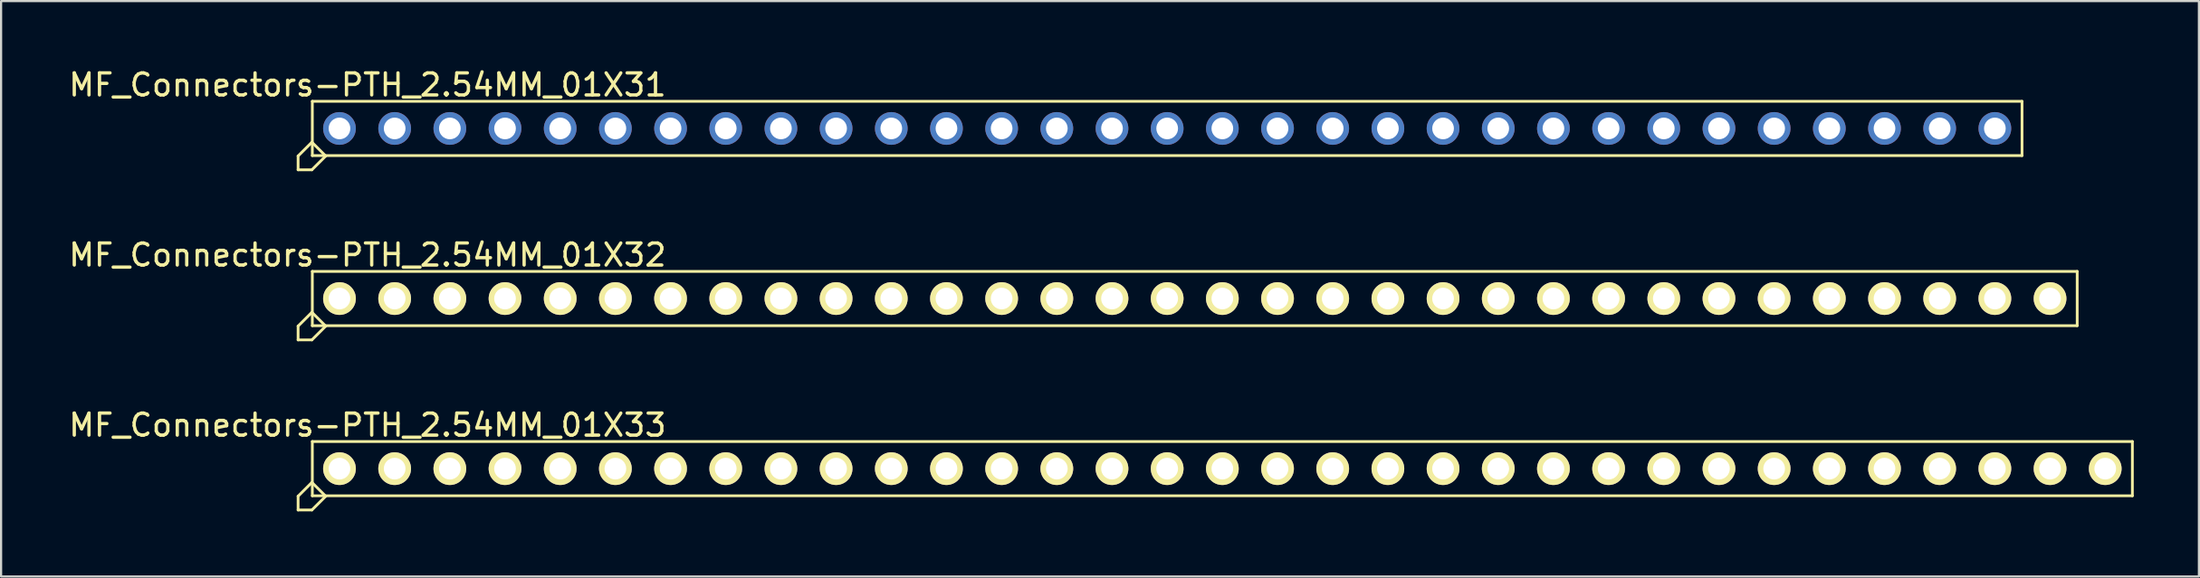
<source format=kicad_pcb>
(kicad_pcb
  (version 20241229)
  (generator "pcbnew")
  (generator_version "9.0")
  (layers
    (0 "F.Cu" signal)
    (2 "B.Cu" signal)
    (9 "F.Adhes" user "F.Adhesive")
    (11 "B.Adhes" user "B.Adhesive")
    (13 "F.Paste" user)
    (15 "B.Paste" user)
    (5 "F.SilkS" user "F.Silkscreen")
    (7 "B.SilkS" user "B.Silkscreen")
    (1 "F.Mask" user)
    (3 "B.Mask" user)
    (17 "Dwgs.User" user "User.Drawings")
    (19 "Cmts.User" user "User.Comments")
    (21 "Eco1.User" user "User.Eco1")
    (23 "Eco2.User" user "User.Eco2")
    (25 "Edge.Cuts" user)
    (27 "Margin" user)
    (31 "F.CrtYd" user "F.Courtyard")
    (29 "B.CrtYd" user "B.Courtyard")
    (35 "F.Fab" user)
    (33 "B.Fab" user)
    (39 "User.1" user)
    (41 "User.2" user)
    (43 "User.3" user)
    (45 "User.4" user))
  (footprint "MF_Connectors-PTH_2.54MM_01X31"
    (layer "F.Cu")
    (at 50.677 2.868)
    (property "Reference" "MF_Connectors-PTH_2.54MM_01X31" (at -36.81 -2.007 0) (layer "F.SilkS") (effects (font (size 1.016 1.016) (thickness 0.152))))
    (attr exclude_from_pos_files exclude_from_bom)
    (fp_line (start -40.005 1.27) (end -40.005 1.905) (stroke (width 0.127) (type solid)) (layer "F.SilkS"))
    (fp_line (start -40.005 1.905) (end -39.37 1.905) (stroke (width 0.127) (type solid)) (layer "F.SilkS"))
    (fp_line (start -39.37 0.635) (end -40.005 1.27) (stroke (width 0.127) (type solid)) (layer "F.SilkS"))
    (fp_line (start -39.37 1.905) (end -38.735 1.27) (stroke (width 0.127) (type solid)) (layer "F.SilkS"))
    (fp_line (start -39.35 -1.25) (end 39.35 -1.25) (stroke (width 0.127) (type solid)) (layer "F.SilkS"))
    (fp_line (start -39.35 1.25) (end -39.35 -1.25) (stroke (width 0.127) (type solid)) (layer "F.SilkS"))
    (fp_line (start -38.735 1.27) (end -39.37 0.635) (stroke (width 0.127) (type solid)) (layer "F.SilkS"))
    (fp_line (start 39.35 -1.25) (end 39.35 1.25) (stroke (width 0.127) (type solid)) (layer "F.SilkS"))
    (fp_line (start 39.35 1.25) (end -39.35 1.25) (stroke (width 0.127) (type solid)) (layer "F.SilkS"))
    (pad "1" thru_hole circle (at -38.1 0) (size 1.506 1.506) (drill 0.998) (layers "*.Cu" "*.Mask"))
    (pad "2" thru_hole circle (at -35.56 0) (size 1.506 1.506) (drill 0.998) (layers "*.Cu" "*.Mask"))
    (pad "3" thru_hole circle (at -33.02 0) (size 1.506 1.506) (drill 0.998) (layers "*.Cu" "*.Mask"))
    (pad "4" thru_hole circle (at -30.48 0) (size 1.506 1.506) (drill 0.998) (layers "*.Cu" "*.Mask"))
    (pad "5" thru_hole circle (at -27.94 0) (size 1.506 1.506) (drill 0.998) (layers "*.Cu" "*.Mask"))
    (pad "6" thru_hole circle (at -25.4 0) (size 1.506 1.506) (drill 0.998) (layers "*.Cu" "*.Mask"))
    (pad "7" thru_hole circle (at -22.86 0) (size 1.506 1.506) (drill 0.998) (layers "*.Cu" "*.Mask"))
    (pad "8" thru_hole circle (at -20.32 0) (size 1.506 1.506) (drill 0.998) (layers "*.Cu" "*.Mask"))
    (pad "9" thru_hole circle (at -17.78 0) (size 1.506 1.506) (drill 0.998) (layers "*.Cu" "*.Mask"))
    (pad "10" thru_hole circle (at -15.24 0) (size 1.506 1.506) (drill 0.998) (layers "*.Cu" "*.Mask"))
    (pad "11" thru_hole circle (at -12.7 0) (size 1.506 1.506) (drill 0.998) (layers "*.Cu" "*.Mask"))
    (pad "12" thru_hole circle (at -10.16 0) (size 1.506 1.506) (drill 0.998) (layers "*.Cu" "*.Mask"))
    (pad "13" thru_hole circle (at -7.62 0) (size 1.506 1.506) (drill 0.998) (layers "*.Cu" "*.Mask"))
    (pad "14" thru_hole circle (at -5.08 0) (size 1.506 1.506) (drill 0.998) (layers "*.Cu" "*.Mask"))
    (pad "15" thru_hole circle (at -2.54 0) (size 1.506 1.506) (drill 0.998) (layers "*.Cu" "*.Mask"))
    (pad "16" thru_hole circle (at 0 0) (size 1.506 1.506) (drill 0.998) (layers "*.Cu" "*.Mask"))
    (pad "17" thru_hole circle (at 2.54 0) (size 1.506 1.506) (drill 0.998) (layers "*.Cu" "*.Mask"))
    (pad "18" thru_hole circle (at 5.08 0) (size 1.506 1.506) (drill 0.998) (layers "*.Cu" "*.Mask"))
    (pad "19" thru_hole circle (at 7.62 0) (size 1.506 1.506) (drill 0.998) (layers "*.Cu" "*.Mask"))
    (pad "20" thru_hole circle (at 10.16 0) (size 1.506 1.506) (drill 0.998) (layers "*.Cu" "*.Mask"))
    (pad "21" thru_hole circle (at 12.7 0) (size 1.506 1.506) (drill 0.998) (layers "*.Cu" "*.Mask"))
    (pad "22" thru_hole circle (at 15.24 0) (size 1.506 1.506) (drill 0.998) (layers "*.Cu" "*.Mask"))
    (pad "23" thru_hole circle (at 17.78 0) (size 1.506 1.506) (drill 0.998) (layers "*.Cu" "*.Mask"))
    (pad "24" thru_hole circle (at 20.32 0) (size 1.506 1.506) (drill 0.998) (layers "*.Cu" "*.Mask"))
    (pad "25" thru_hole circle (at 22.86 0) (size 1.506 1.506) (drill 0.998) (layers "*.Cu" "*.Mask"))
    (pad "26" thru_hole circle (at 25.4 0) (size 1.506 1.506) (drill 0.998) (layers "*.Cu" "*.Mask"))
    (pad "27" thru_hole circle (at 27.94 0) (size 1.506 1.506) (drill 0.998) (layers "*.Cu" "*.Mask"))
    (pad "28" thru_hole circle (at 30.48 0) (size 1.506 1.506) (drill 0.998) (layers "*.Cu" "*.Mask"))
    (pad "29" thru_hole circle (at 33.02 0) (size 1.506 1.506) (drill 0.998) (layers "*.Cu" "*.Mask"))
    (pad "30" thru_hole circle (at 35.56 0) (size 1.506 1.506) (drill 0.998) (layers "*.Cu" "*.Mask"))
    (pad "31" thru_hole circle (at 38.1 0) (size 1.506 1.506) (drill 0.998) (layers "*.Cu" "*.Mask")))
  (footprint "MF_Connectors-PTH_2.54MM_01X32"
    (layer "F.Cu")
    (at 51.947 10.705)
    (property "Reference" "MF_Connectors-PTH_2.54MM_01X32" (at -38.08 -2.007 0) (layer "F.SilkS") (effects (font (size 1.016 1.016) (thickness 0.152))))
    (attr exclude_from_pos_files exclude_from_bom)
    (fp_line (start -41.275 1.27) (end -41.275 1.905) (stroke (width 0.127) (type solid)) (layer "F.SilkS"))
    (fp_line (start -41.275 1.905) (end -40.64 1.905) (stroke (width 0.127) (type solid)) (layer "F.SilkS"))
    (fp_line (start -40.64 0.635) (end -41.275 1.27) (stroke (width 0.127) (type solid)) (layer "F.SilkS"))
    (fp_line (start -40.64 1.905) (end -40.005 1.27) (stroke (width 0.127) (type solid)) (layer "F.SilkS"))
    (fp_line (start -40.62 -1.25) (end 40.62 -1.25) (stroke (width 0.127) (type solid)) (layer "F.SilkS"))
    (fp_line (start -40.62 1.25) (end -40.62 -1.25) (stroke (width 0.127) (type solid)) (layer "F.SilkS"))
    (fp_line (start -40.005 1.27) (end -40.64 0.635) (stroke (width 0.127) (type solid)) (layer "F.SilkS"))
    (fp_line (start 40.62 -1.25) (end 40.62 1.25) (stroke (width 0.127) (type solid)) (layer "F.SilkS"))
    (fp_line (start 40.62 1.25) (end -40.62 1.25) (stroke (width 0.127) (type solid)) (layer "F.SilkS"))
    (pad "P$1" thru_hole circle (at -39.37 0) (size 1.506 1.506) (drill 0.998) (layers "*.Cu" "F.Mask" "F.SilkS" "F.Paste"))
    (pad "P$2" thru_hole circle (at -36.83 0) (size 1.506 1.506) (drill 0.998) (layers "*.Cu" "F.Mask" "F.SilkS" "F.Paste"))
    (pad "P$3" thru_hole circle (at -34.29 0) (size 1.506 1.506) (drill 0.998) (layers "*.Cu" "F.Mask" "F.SilkS" "F.Paste"))
    (pad "P$4" thru_hole circle (at -31.75 0) (size 1.506 1.506) (drill 0.998) (layers "*.Cu" "F.Mask" "F.SilkS" "F.Paste"))
    (pad "P$5" thru_hole circle (at -29.21 0) (size 1.506 1.506) (drill 0.998) (layers "*.Cu" "F.Mask" "F.SilkS" "F.Paste"))
    (pad "P$6" thru_hole circle (at -26.67 0) (size 1.506 1.506) (drill 0.998) (layers "*.Cu" "F.Mask" "F.SilkS" "F.Paste"))
    (pad "P$7" thru_hole circle (at -24.13 0) (size 1.506 1.506) (drill 0.998) (layers "*.Cu" "F.Mask" "F.SilkS" "F.Paste"))
    (pad "P$8" thru_hole circle (at -21.59 0) (size 1.506 1.506) (drill 0.998) (layers "*.Cu" "F.Mask" "F.SilkS" "F.Paste"))
    (pad "P$9" thru_hole circle (at -19.05 0) (size 1.506 1.506) (drill 0.998) (layers "*.Cu" "F.Mask" "F.SilkS" "F.Paste"))
    (pad "P$10" thru_hole circle (at -16.51 0) (size 1.506 1.506) (drill 0.998) (layers "*.Cu" "F.Mask" "F.SilkS" "F.Paste"))
    (pad "P$11" thru_hole circle (at -13.97 0) (size 1.506 1.506) (drill 0.998) (layers "*.Cu" "F.Mask" "F.SilkS" "F.Paste"))
    (pad "P$12" thru_hole circle (at -11.43 0) (size 1.506 1.506) (drill 0.998) (layers "*.Cu" "F.Mask" "F.SilkS" "F.Paste"))
    (pad "P$13" thru_hole circle (at -8.89 0) (size 1.506 1.506) (drill 0.998) (layers "*.Cu" "F.Mask" "F.SilkS" "F.Paste"))
    (pad "P$14" thru_hole circle (at -6.35 0) (size 1.506 1.506) (drill 0.998) (layers "*.Cu" "F.Mask" "F.SilkS" "F.Paste"))
    (pad "P$15" thru_hole circle (at -3.81 0) (size 1.506 1.506) (drill 0.998) (layers "*.Cu" "F.Mask" "F.SilkS" "F.Paste"))
    (pad "P$16" thru_hole circle (at -1.27 0) (size 1.506 1.506) (drill 0.998) (layers "*.Cu" "F.Mask" "F.SilkS" "F.Paste"))
    (pad "P$17" thru_hole circle (at 1.27 0) (size 1.506 1.506) (drill 0.998) (layers "*.Cu" "F.Mask" "F.SilkS" "F.Paste"))
    (pad "P$18" thru_hole circle (at 3.81 0) (size 1.506 1.506) (drill 0.998) (layers "*.Cu" "F.Mask" "F.SilkS" "F.Paste"))
    (pad "P$19" thru_hole circle (at 6.35 0) (size 1.506 1.506) (drill 0.998) (layers "*.Cu" "F.Mask" "F.SilkS" "F.Paste"))
    (pad "P$20" thru_hole circle (at 8.89 0) (size 1.506 1.506) (drill 0.998) (layers "*.Cu" "F.Mask" "F.SilkS" "F.Paste"))
    (pad "P$21" thru_hole circle (at 11.43 0) (size 1.506 1.506) (drill 0.998) (layers "*.Cu" "F.Mask" "F.SilkS" "F.Paste"))
    (pad "P$22" thru_hole circle (at 13.97 0) (size 1.506 1.506) (drill 0.998) (layers "*.Cu" "F.Mask" "F.SilkS" "F.Paste"))
    (pad "P$23" thru_hole circle (at 16.51 0) (size 1.506 1.506) (drill 0.998) (layers "*.Cu" "F.Mask" "F.SilkS" "F.Paste"))
    (pad "P$24" thru_hole circle (at 19.05 0) (size 1.506 1.506) (drill 0.998) (layers "*.Cu" "F.Mask" "F.SilkS" "F.Paste"))
    (pad "P$25" thru_hole circle (at 21.59 0) (size 1.506 1.506) (drill 0.998) (layers "*.Cu" "F.Mask" "F.SilkS" "F.Paste"))
    (pad "P$26" thru_hole circle (at 24.13 0) (size 1.506 1.506) (drill 0.998) (layers "*.Cu" "F.Mask" "F.SilkS" "F.Paste"))
    (pad "P$27" thru_hole circle (at 26.67 0) (size 1.506 1.506) (drill 0.998) (layers "*.Cu" "F.Mask" "F.SilkS" "F.Paste"))
    (pad "P$28" thru_hole circle (at 29.21 0) (size 1.506 1.506) (drill 0.998) (layers "*.Cu" "F.Mask" "F.SilkS" "F.Paste"))
    (pad "P$29" thru_hole circle (at 31.75 0) (size 1.506 1.506) (drill 0.998) (layers "*.Cu" "F.Mask" "F.SilkS" "F.Paste"))
    (pad "P$30" thru_hole circle (at 34.29 0) (size 1.506 1.506) (drill 0.998) (layers "*.Cu" "F.Mask" "F.SilkS" "F.Paste"))
    (pad "P$31" thru_hole circle (at 36.83 0) (size 1.506 1.506) (drill 0.998) (layers "*.Cu" "F.Mask" "F.SilkS" "F.Paste"))
    (pad "P$32" thru_hole circle (at 39.37 0) (size 1.506 1.506) (drill 0.998) (layers "*.Cu" "F.Mask" "F.SilkS" "F.Paste")))
  (footprint "MF_Connectors-PTH_2.54MM_01X33"
    (layer "F.Cu")
    (at 53.217 18.542)
    (property "Reference" "MF_Connectors-PTH_2.54MM_01X33" (at -39.35 -2.007 0) (layer "F.SilkS") (effects (font (size 1.016 1.016) (thickness 0.152))))
    (attr exclude_from_pos_files exclude_from_bom)
    (fp_line (start -42.545 1.27) (end -42.545 1.905) (stroke (width 0.127) (type solid)) (layer "F.SilkS"))
    (fp_line (start -42.545 1.905) (end -41.91 1.905) (stroke (width 0.127) (type solid)) (layer "F.SilkS"))
    (fp_line (start -41.91 0.635) (end -42.545 1.27) (stroke (width 0.127) (type solid)) (layer "F.SilkS"))
    (fp_line (start -41.91 1.905) (end -41.275 1.27) (stroke (width 0.127) (type solid)) (layer "F.SilkS"))
    (fp_line (start -41.89 -1.25) (end 41.89 -1.25) (stroke (width 0.127) (type solid)) (layer "F.SilkS"))
    (fp_line (start -41.89 1.25) (end -41.89 -1.25) (stroke (width 0.127) (type solid)) (layer "F.SilkS"))
    (fp_line (start -41.275 1.27) (end -41.91 0.635) (stroke (width 0.127) (type solid)) (layer "F.SilkS"))
    (fp_line (start 41.89 -1.25) (end 41.89 1.25) (stroke (width 0.127) (type solid)) (layer "F.SilkS"))
    (fp_line (start 41.89 1.25) (end -41.89 1.25) (stroke (width 0.127) (type solid)) (layer "F.SilkS"))
    (pad "P$1" thru_hole circle (at -40.64 0) (size 1.506 1.506) (drill 0.998) (layers "*.Cu" "F.Mask" "F.SilkS" "F.Paste"))
    (pad "P$2" thru_hole circle (at -38.1 0) (size 1.506 1.506) (drill 0.998) (layers "*.Cu" "F.Mask" "F.SilkS" "F.Paste"))
    (pad "P$3" thru_hole circle (at -35.56 0) (size 1.506 1.506) (drill 0.998) (layers "*.Cu" "F.Mask" "F.SilkS" "F.Paste"))
    (pad "P$4" thru_hole circle (at -33.02 0) (size 1.506 1.506) (drill 0.998) (layers "*.Cu" "F.Mask" "F.SilkS" "F.Paste"))
    (pad "P$5" thru_hole circle (at -30.48 0) (size 1.506 1.506) (drill 0.998) (layers "*.Cu" "F.Mask" "F.SilkS" "F.Paste"))
    (pad "P$6" thru_hole circle (at -27.94 0) (size 1.506 1.506) (drill 0.998) (layers "*.Cu" "F.Mask" "F.SilkS" "F.Paste"))
    (pad "P$7" thru_hole circle (at -25.4 0) (size 1.506 1.506) (drill 0.998) (layers "*.Cu" "F.Mask" "F.SilkS" "F.Paste"))
    (pad "P$8" thru_hole circle (at -22.86 0) (size 1.506 1.506) (drill 0.998) (layers "*.Cu" "F.Mask" "F.SilkS" "F.Paste"))
    (pad "P$9" thru_hole circle (at -20.32 0) (size 1.506 1.506) (drill 0.998) (layers "*.Cu" "F.Mask" "F.SilkS" "F.Paste"))
    (pad "P$10" thru_hole circle (at -17.78 0) (size 1.506 1.506) (drill 0.998) (layers "*.Cu" "F.Mask" "F.SilkS" "F.Paste"))
    (pad "P$11" thru_hole circle (at -15.24 0) (size 1.506 1.506) (drill 0.998) (layers "*.Cu" "F.Mask" "F.SilkS" "F.Paste"))
    (pad "P$12" thru_hole circle (at -12.7 0) (size 1.506 1.506) (drill 0.998) (layers "*.Cu" "F.Mask" "F.SilkS" "F.Paste"))
    (pad "P$13" thru_hole circle (at -10.16 0) (size 1.506 1.506) (drill 0.998) (layers "*.Cu" "F.Mask" "F.SilkS" "F.Paste"))
    (pad "P$14" thru_hole circle (at -7.62 0) (size 1.506 1.506) (drill 0.998) (layers "*.Cu" "F.Mask" "F.SilkS" "F.Paste"))
    (pad "P$15" thru_hole circle (at -5.08 0) (size 1.506 1.506) (drill 0.998) (layers "*.Cu" "F.Mask" "F.SilkS" "F.Paste"))
    (pad "P$16" thru_hole circle (at -2.54 0) (size 1.506 1.506) (drill 0.998) (layers "*.Cu" "F.Mask" "F.SilkS" "F.Paste"))
    (pad "P$17" thru_hole circle (at 0 0) (size 1.506 1.506) (drill 0.998) (layers "*.Cu" "F.Mask" "F.SilkS" "F.Paste"))
    (pad "P$18" thru_hole circle (at 2.54 0) (size 1.506 1.506) (drill 0.998) (layers "*.Cu" "F.Mask" "F.SilkS" "F.Paste"))
    (pad "P$19" thru_hole circle (at 5.08 0) (size 1.506 1.506) (drill 0.998) (layers "*.Cu" "F.Mask" "F.SilkS" "F.Paste"))
    (pad "P$20" thru_hole circle (at 7.62 0) (size 1.506 1.506) (drill 0.998) (layers "*.Cu" "F.Mask" "F.SilkS" "F.Paste"))
    (pad "P$21" thru_hole circle (at 10.16 0) (size 1.506 1.506) (drill 0.998) (layers "*.Cu" "F.Mask" "F.SilkS" "F.Paste"))
    (pad "P$22" thru_hole circle (at 12.7 0) (size 1.506 1.506) (drill 0.998) (layers "*.Cu" "F.Mask" "F.SilkS" "F.Paste"))
    (pad "P$23" thru_hole circle (at 15.24 0) (size 1.506 1.506) (drill 0.998) (layers "*.Cu" "F.Mask" "F.SilkS" "F.Paste"))
    (pad "P$24" thru_hole circle (at 17.78 0) (size 1.506 1.506) (drill 0.998) (layers "*.Cu" "F.Mask" "F.SilkS" "F.Paste"))
    (pad "P$25" thru_hole circle (at 20.32 0) (size 1.506 1.506) (drill 0.998) (layers "*.Cu" "F.Mask" "F.SilkS" "F.Paste"))
    (pad "P$26" thru_hole circle (at 22.86 0) (size 1.506 1.506) (drill 0.998) (layers "*.Cu" "F.Mask" "F.SilkS" "F.Paste"))
    (pad "P$27" thru_hole circle (at 25.4 0) (size 1.506 1.506) (drill 0.998) (layers "*.Cu" "F.Mask" "F.SilkS" "F.Paste"))
    (pad "P$28" thru_hole circle (at 27.94 0) (size 1.506 1.506) (drill 0.998) (layers "*.Cu" "F.Mask" "F.SilkS" "F.Paste"))
    (pad "P$29" thru_hole circle (at 30.48 0) (size 1.506 1.506) (drill 0.998) (layers "*.Cu" "F.Mask" "F.SilkS" "F.Paste"))
    (pad "P$30" thru_hole circle (at 33.02 0) (size 1.506 1.506) (drill 0.998) (layers "*.Cu" "F.Mask" "F.SilkS" "F.Paste"))
    (pad "P$31" thru_hole circle (at 35.56 0) (size 1.506 1.506) (drill 0.998) (layers "*.Cu" "F.Mask" "F.SilkS" "F.Paste"))
    (pad "P$32" thru_hole circle (at 38.1 0) (size 1.506 1.506) (drill 0.998) (layers "*.Cu" "F.Mask" "F.SilkS" "F.Paste"))
    (pad "P$33" thru_hole circle (at 40.64 0) (size 1.506 1.506) (drill 0.998) (layers "*.Cu" "F.Mask" "F.SilkS" "F.Paste")))
  (gr_rect
    (start -3 -3)
    (end 98.17 23.511)
    (stroke (width 0.1) (type default))
    (fill no)
    (layer "Edge.Cuts")))
</source>
